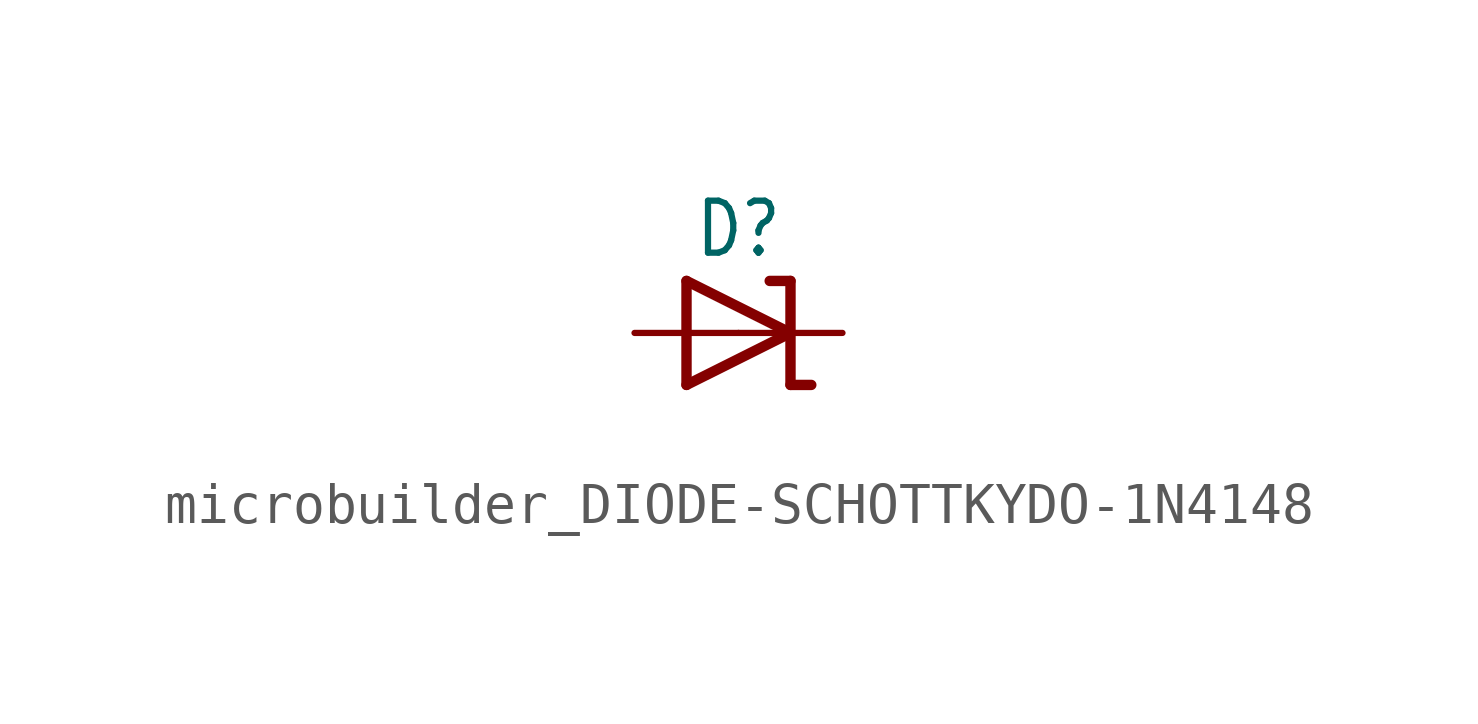
<source format=kicad_sym>
(kicad_symbol_lib
  (version 20231120)
  (generator "kicad_symbol_editor")
  (generator_version "8.0")
  (symbol "microbuilder_DIODE-SCHOTTKYDO-1N4148"
    (property "Reference" "D"
      (at 0 2.54 0)
      (effects (font (size 1.27 1.079))))
    (property "Value" ""
      (at 0 -2.5 0)
      (effects (font (size 1.27 1.079))))
    (property "ki_locked" ""
      (at 0 0 0)
      (effects (font (size 1.27 1.27))))
    (symbol "microbuilder_DIODE-SCHOTTKYDO-1N4148_1_0"
      (polyline (pts (xy -1.27 -1.27) (xy 1.27 0)) (stroke (width 0.254) (type solid)) (fill (type none)))
      (polyline (pts (xy -1.27 1.27) (xy -1.27 -1.27)) (stroke (width 0.254) (type solid)) (fill (type none)))
      (polyline (pts (xy 1.27 -1.27) (xy 1.778 -1.27)) (stroke (width 0.254) (type solid)) (fill (type none)))
      (polyline (pts (xy 1.27 0) (xy -1.27 1.27)) (stroke (width 0.254) (type solid)) (fill (type none)))
      (polyline (pts (xy 1.27 0) (xy 1.27 -1.27)) (stroke (width 0.254) (type solid)) (fill (type none)))
      (polyline (pts (xy 1.27 1.27) (xy 0.762 1.27)) (stroke (width 0.254) (type solid)) (fill (type none)))
      (polyline (pts (xy 1.27 1.27) (xy 1.27 0)) (stroke (width 0.254) (type solid)) (fill (type none)))
      (pin passive line (at -2.54 0 0) (length 2.54) (name "A" (effects (font (size 0 0)))) (number "A" (effects (font (size 0 0)))))
      (pin passive line (at 2.54 0 180) (length 2.54) (name "C" (effects (font (size 0 0)))) (number "C" (effects (font (size 0 0))))))))
</source>
